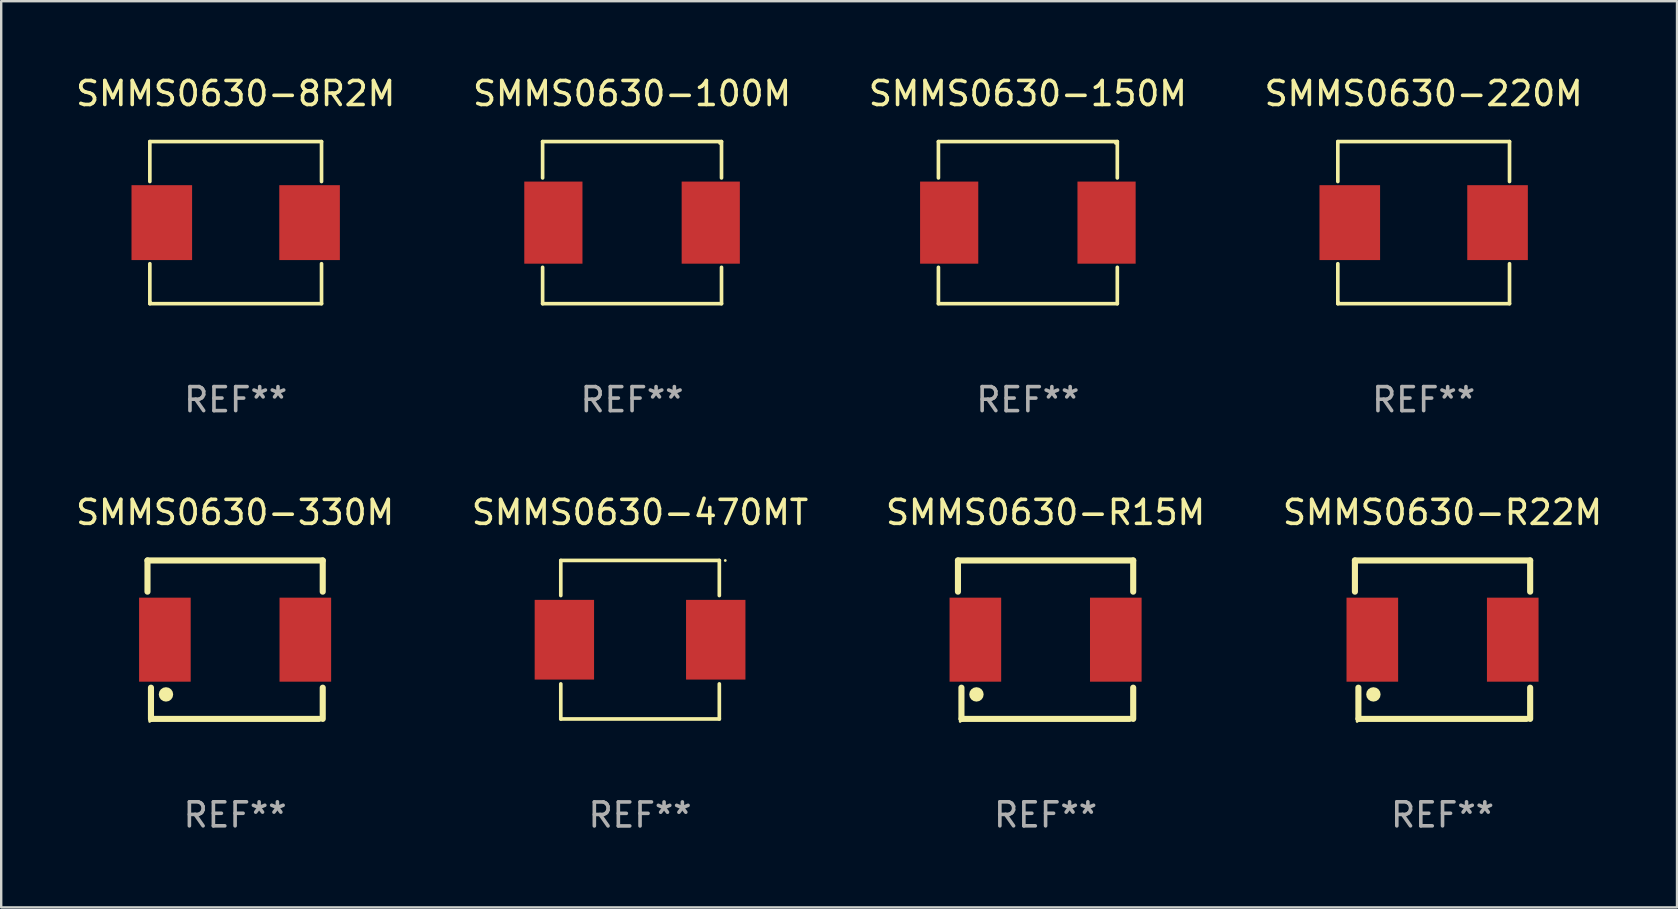
<source format=kicad_pcb>
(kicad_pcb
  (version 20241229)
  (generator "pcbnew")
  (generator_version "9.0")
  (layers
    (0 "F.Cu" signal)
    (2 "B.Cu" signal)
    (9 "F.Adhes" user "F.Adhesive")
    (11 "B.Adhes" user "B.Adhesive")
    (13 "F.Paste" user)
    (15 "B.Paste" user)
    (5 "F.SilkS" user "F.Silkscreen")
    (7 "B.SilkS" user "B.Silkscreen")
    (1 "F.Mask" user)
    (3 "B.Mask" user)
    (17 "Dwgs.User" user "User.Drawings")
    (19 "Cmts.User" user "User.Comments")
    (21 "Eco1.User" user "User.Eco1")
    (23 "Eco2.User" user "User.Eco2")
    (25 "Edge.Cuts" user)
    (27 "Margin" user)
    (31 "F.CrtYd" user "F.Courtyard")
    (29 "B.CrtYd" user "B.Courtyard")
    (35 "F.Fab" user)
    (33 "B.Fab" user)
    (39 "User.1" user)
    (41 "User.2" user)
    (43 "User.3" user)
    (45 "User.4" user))
  (footprint "SMMS0630-150M"
    (layer "F.Cu")
    (at 39.768 6.224)
    (property "Reference" "SMMS0630-150M" (at 0 -5.376 0) (layer "F.SilkS") (effects (font (size 1 1) (thickness 0.15))))
    (attr through_hole)
    (fp_line (start -3.726 -3.376) (end 3.726 -3.376) (stroke (width 0.152) (type solid)) (layer "F.SilkS"))
    (fp_line (start -3.726 -1.862) (end -3.726 -3.376) (stroke (width 0.152) (type solid)) (layer "F.SilkS"))
    (fp_line (start -3.726 1.862) (end -3.726 3.376) (stroke (width 0.152) (type solid)) (layer "F.SilkS"))
    (fp_line (start -3.726 3.376) (end 3.726 3.376) (stroke (width 0.152) (type solid)) (layer "F.SilkS"))
    (fp_line (start 3.726 -3.376) (end 3.726 -1.862) (stroke (width 0.152) (type solid)) (layer "F.SilkS"))
    (fp_line (start 3.726 3.376) (end 3.726 1.862) (stroke (width 0.152) (type solid)) (layer "F.SilkS"))
    (fp_circle (center 3.65 -3.3) (end 3.68 -3.3) (stroke (width 0.06) (type solid)) (fill no) (layer "F.SilkS"))
    (fp_text user "REF**" (at 0 7.376 0) (layer "F.Fab") (effects (font (size 1 1) (thickness 0.15))))
    (pad "1" smd rect (at 3.278 0) (size 2.424 3.42) (layers "F.Cu" "F.Mask" "F.Paste"))
    (pad "2" smd rect (at -3.278 0) (size 2.424 3.42) (layers "F.Cu" "F.Mask" "F.Paste")))
  (footprint "SMMS0630-220M"
    (layer "F.Cu")
    (at 56.256 6.224)
    (property "Reference" "SMMS0630-220M" (at 0 -5.376 0) (layer "F.SilkS") (effects (font (size 1 1) (thickness 0.15))))
    (attr through_hole)
    (fp_line (start -3.576 -3.376) (end 3.576 -3.376) (stroke (width 0.152) (type solid)) (layer "F.SilkS"))
    (fp_line (start -3.576 -1.712) (end -3.576 -3.376) (stroke (width 0.152) (type solid)) (layer "F.SilkS"))
    (fp_line (start -3.576 1.712) (end -3.576 3.376) (stroke (width 0.152) (type solid)) (layer "F.SilkS"))
    (fp_line (start -3.576 3.376) (end 3.576 3.376) (stroke (width 0.152) (type solid)) (layer "F.SilkS"))
    (fp_line (start 3.576 -3.376) (end 3.576 -1.712) (stroke (width 0.152) (type solid)) (layer "F.SilkS"))
    (fp_line (start 3.576 3.376) (end 3.576 1.712) (stroke (width 0.152) (type solid)) (layer "F.SilkS"))
    (fp_circle (center -3.552 3.307) (end -3.522 3.307) (stroke (width 0.06) (type solid)) (fill no) (layer "F.SilkS"))
    (fp_text user "REF**" (at 0 7.376 0) (layer "F.Fab") (effects (font (size 1 1) (thickness 0.15))))
    (pad "1" smd rect (at -3.078 0) (size 2.524 3.12) (layers "F.Cu" "F.Mask" "F.Paste"))
    (pad "2" smd rect (at 3.078 0) (size 2.524 3.12) (layers "F.Cu" "F.Mask" "F.Paste")))
  (footprint "SMMS0630-R15M"
    (layer "F.Cu")
    (at 40.506 23.597)
    (property "Reference" "SMMS0630-R15M" (at 0 -5.3 0) (layer "F.SilkS") (effects (font (size 1 1) (thickness 0.15))))
    (attr through_hole)
    (fp_line (start -3.65 -3.3) (end 3.65 -3.3) (stroke (width 0.254) (type solid)) (layer "F.SilkS"))
    (fp_line (start -3.65 -2) (end -3.65 -3.3) (stroke (width 0.254) (type solid)) (layer "F.SilkS"))
    (fp_line (start -3.505 3.3) (end -3.505 2) (stroke (width 0.254) (type solid)) (layer "F.SilkS"))
    (fp_line (start -3.5 3.3) (end 3.5 3.3) (stroke (width 0.254) (type solid)) (layer "F.SilkS"))
    (fp_line (start 3.65 2) (end 3.65 3.3) (stroke (width 0.254) (type solid)) (layer "F.SilkS"))
    (fp_line (start 3.65 -3.3) (end 3.65 -2) (stroke (width 0.254) (type solid)) (layer "F.SilkS"))
    (fp_circle (center -3.558 3.407) (end -3.528 3.407) (stroke (width 0.06) (type solid)) (fill no) (layer "F.SilkS"))
    (fp_circle (center -2.88 2.28) (end -2.73 2.28) (stroke (width 0.3) (type solid)) (fill no) (layer "F.SilkS"))
    (fp_text user "REF**" (at 0 7.3 0) (layer "F.Fab") (effects (font (size 1 1) (thickness 0.15))))
    (pad "1" smd rect (at -2.925 0) (size 2.15 3.5) (layers "F.Cu" "F.Mask" "F.Paste"))
    (pad "2" smd rect (at 2.925 0) (size 2.15 3.5) (layers "F.Cu" "F.Mask" "F.Paste")))
  (footprint "SMMS0630-8R2M"
    (layer "F.Cu")
    (at 6.768 6.224)
    (property "Reference" "SMMS0630-8R2M" (at 0 -5.376 0) (layer "F.SilkS") (effects (font (size 1 1) (thickness 0.15))))
    (attr through_hole)
    (fp_line (start -3.576 -3.376) (end 3.576 -3.376) (stroke (width 0.152) (type solid)) (layer "F.SilkS"))
    (fp_line (start -3.576 -1.712) (end -3.576 -3.376) (stroke (width 0.152) (type solid)) (layer "F.SilkS"))
    (fp_line (start -3.576 1.712) (end -3.576 3.376) (stroke (width 0.152) (type solid)) (layer "F.SilkS"))
    (fp_line (start -3.576 3.376) (end 3.576 3.376) (stroke (width 0.152) (type solid)) (layer "F.SilkS"))
    (fp_line (start 3.576 -3.376) (end 3.576 -1.712) (stroke (width 0.152) (type solid)) (layer "F.SilkS"))
    (fp_line (start 3.576 3.376) (end 3.576 1.712) (stroke (width 0.152) (type solid)) (layer "F.SilkS"))
    (fp_circle (center -3.552 3.307) (end -3.522 3.307) (stroke (width 0.06) (type solid)) (fill no) (layer "F.SilkS"))
    (fp_text user "REF**" (at 0 7.376 0) (layer "F.Fab") (effects (font (size 1 1) (thickness 0.15))))
    (pad "1" smd rect (at -3.078 0) (size 2.524 3.12) (layers "F.Cu" "F.Mask" "F.Paste"))
    (pad "2" smd rect (at 3.078 0) (size 2.524 3.12) (layers "F.Cu" "F.Mask" "F.Paste")))
  (footprint "SMMS0630-470MT"
    (layer "F.Cu")
    (at 23.613 23.599)
    (property "Reference" "SMMS0630-470MT" (at 0 -5.302 0) (layer "F.SilkS") (effects (font (size 1 1) (thickness 0.15))))
    (attr through_hole)
    (fp_line (start -3.302 -3.302) (end -3.302 -1.84) (stroke (width 0.152) (type solid)) (layer "F.SilkS"))
    (fp_line (start -3.302 1.84) (end -3.302 3.302) (stroke (width 0.152) (type solid)) (layer "F.SilkS"))
    (fp_line (start -3.302 3.302) (end 3.302 3.302) (stroke (width 0.152) (type solid)) (layer "F.SilkS"))
    (fp_line (start 3.302 -3.302) (end -3.302 -3.302) (stroke (width 0.152) (type solid)) (layer "F.SilkS"))
    (fp_line (start 3.302 -1.84) (end 3.302 -3.302) (stroke (width 0.152) (type solid)) (layer "F.SilkS"))
    (fp_line (start 3.302 3.302) (end 3.302 1.84) (stroke (width 0.152) (type solid)) (layer "F.SilkS"))
    (fp_circle (center 3.55 -3.3) (end 3.58 -3.3) (stroke (width 0.06) (type solid)) (fill no) (layer "F.SilkS"))
    (fp_text user "REF**" (at 0 7.302 0) (layer "F.Fab") (effects (font (size 1 1) (thickness 0.15))))
    (pad "1" smd rect (at 3.153 0) (size 2.474 3.32) (layers "F.Cu" "F.Mask" "F.Paste"))
    (pad "2" smd rect (at -3.153 0) (size 2.474 3.32) (layers "F.Cu" "F.Mask" "F.Paste")))
  (footprint "SMMS0630-R22M"
    (layer "F.Cu")
    (at 57.042 23.597)
    (property "Reference" "SMMS0630-R22M" (at 0 -5.3 0) (layer "F.SilkS") (effects (font (size 1 1) (thickness 0.15))))
    (attr through_hole)
    (fp_line (start -3.65 -3.3) (end 3.65 -3.3) (stroke (width 0.254) (type solid)) (layer "F.SilkS"))
    (fp_line (start -3.65 -2) (end -3.65 -3.3) (stroke (width 0.254) (type solid)) (layer "F.SilkS"))
    (fp_line (start -3.505 3.3) (end -3.505 2) (stroke (width 0.254) (type solid)) (layer "F.SilkS"))
    (fp_line (start -3.5 3.3) (end 3.5 3.3) (stroke (width 0.254) (type solid)) (layer "F.SilkS"))
    (fp_line (start 3.65 2) (end 3.65 3.3) (stroke (width 0.254) (type solid)) (layer "F.SilkS"))
    (fp_line (start 3.65 -3.3) (end 3.65 -2) (stroke (width 0.254) (type solid)) (layer "F.SilkS"))
    (fp_circle (center -3.558 3.407) (end -3.528 3.407) (stroke (width 0.06) (type solid)) (fill no) (layer "F.SilkS"))
    (fp_circle (center -2.88 2.28) (end -2.73 2.28) (stroke (width 0.3) (type solid)) (fill no) (layer "F.SilkS"))
    (fp_text user "REF**" (at 0 7.3 0) (layer "F.Fab") (effects (font (size 1 1) (thickness 0.15))))
    (pad "1" smd rect (at -2.925 0) (size 2.15 3.5) (layers "F.Cu" "F.Mask" "F.Paste"))
    (pad "2" smd rect (at 2.925 0) (size 2.15 3.5) (layers "F.Cu" "F.Mask" "F.Paste")))
  (footprint "SMMS0630-330M"
    (layer "F.Cu")
    (at 6.744 23.597)
    (property "Reference" "SMMS0630-330M" (at 0 -5.3 0) (layer "F.SilkS") (effects (font (size 1 1) (thickness 0.15))))
    (attr through_hole)
    (fp_line (start -3.65 -3.3) (end 3.65 -3.3) (stroke (width 0.254) (type solid)) (layer "F.SilkS"))
    (fp_line (start -3.65 -2) (end -3.65 -3.3) (stroke (width 0.254) (type solid)) (layer "F.SilkS"))
    (fp_line (start -3.505 3.3) (end -3.505 2) (stroke (width 0.254) (type solid)) (layer "F.SilkS"))
    (fp_line (start -3.5 3.3) (end 3.5 3.3) (stroke (width 0.254) (type solid)) (layer "F.SilkS"))
    (fp_line (start 3.65 2) (end 3.65 3.3) (stroke (width 0.254) (type solid)) (layer "F.SilkS"))
    (fp_line (start 3.65 -3.3) (end 3.65 -2) (stroke (width 0.254) (type solid)) (layer "F.SilkS"))
    (fp_circle (center -3.558 3.407) (end -3.528 3.407) (stroke (width 0.06) (type solid)) (fill no) (layer "F.SilkS"))
    (fp_circle (center -2.88 2.28) (end -2.73 2.28) (stroke (width 0.3) (type solid)) (fill no) (layer "F.SilkS"))
    (fp_text user "REF**" (at 0 7.3 0) (layer "F.Fab") (effects (font (size 1 1) (thickness 0.15))))
    (pad "1" smd rect (at -2.925 0) (size 2.15 3.5) (layers "F.Cu" "F.Mask" "F.Paste"))
    (pad "2" smd rect (at 2.925 0) (size 2.15 3.5) (layers "F.Cu" "F.Mask" "F.Paste")))
  (footprint "SMMS0630-100M"
    (layer "F.Cu")
    (at 23.28 6.224)
    (property "Reference" "SMMS0630-100M" (at 0 -5.376 0) (layer "F.SilkS") (effects (font (size 1 1) (thickness 0.15))))
    (attr through_hole)
    (fp_line (start -3.726 -3.376) (end 3.726 -3.376) (stroke (width 0.152) (type solid)) (layer "F.SilkS"))
    (fp_line (start -3.726 -1.862) (end -3.726 -3.376) (stroke (width 0.152) (type solid)) (layer "F.SilkS"))
    (fp_line (start -3.726 1.862) (end -3.726 3.376) (stroke (width 0.152) (type solid)) (layer "F.SilkS"))
    (fp_line (start -3.726 3.376) (end 3.726 3.376) (stroke (width 0.152) (type solid)) (layer "F.SilkS"))
    (fp_line (start 3.726 -3.376) (end 3.726 -1.862) (stroke (width 0.152) (type solid)) (layer "F.SilkS"))
    (fp_line (start 3.726 3.376) (end 3.726 1.862) (stroke (width 0.152) (type solid)) (layer "F.SilkS"))
    (fp_circle (center 3.65 -3.3) (end 3.68 -3.3) (stroke (width 0.06) (type solid)) (fill no) (layer "F.SilkS"))
    (fp_text user "REF**" (at 0 7.376 0) (layer "F.Fab") (effects (font (size 1 1) (thickness 0.15))))
    (pad "1" smd rect (at 3.278 0) (size 2.424 3.42) (layers "F.Cu" "F.Mask" "F.Paste"))
    (pad "2" smd rect (at -3.278 0) (size 2.424 3.42) (layers "F.Cu" "F.Mask" "F.Paste")))
  (gr_rect
    (start -3 -3)
    (end 66.81 34.749)
    (stroke (width 0.1) (type default))
    (fill no)
    (layer "Edge.Cuts")))
</source>
